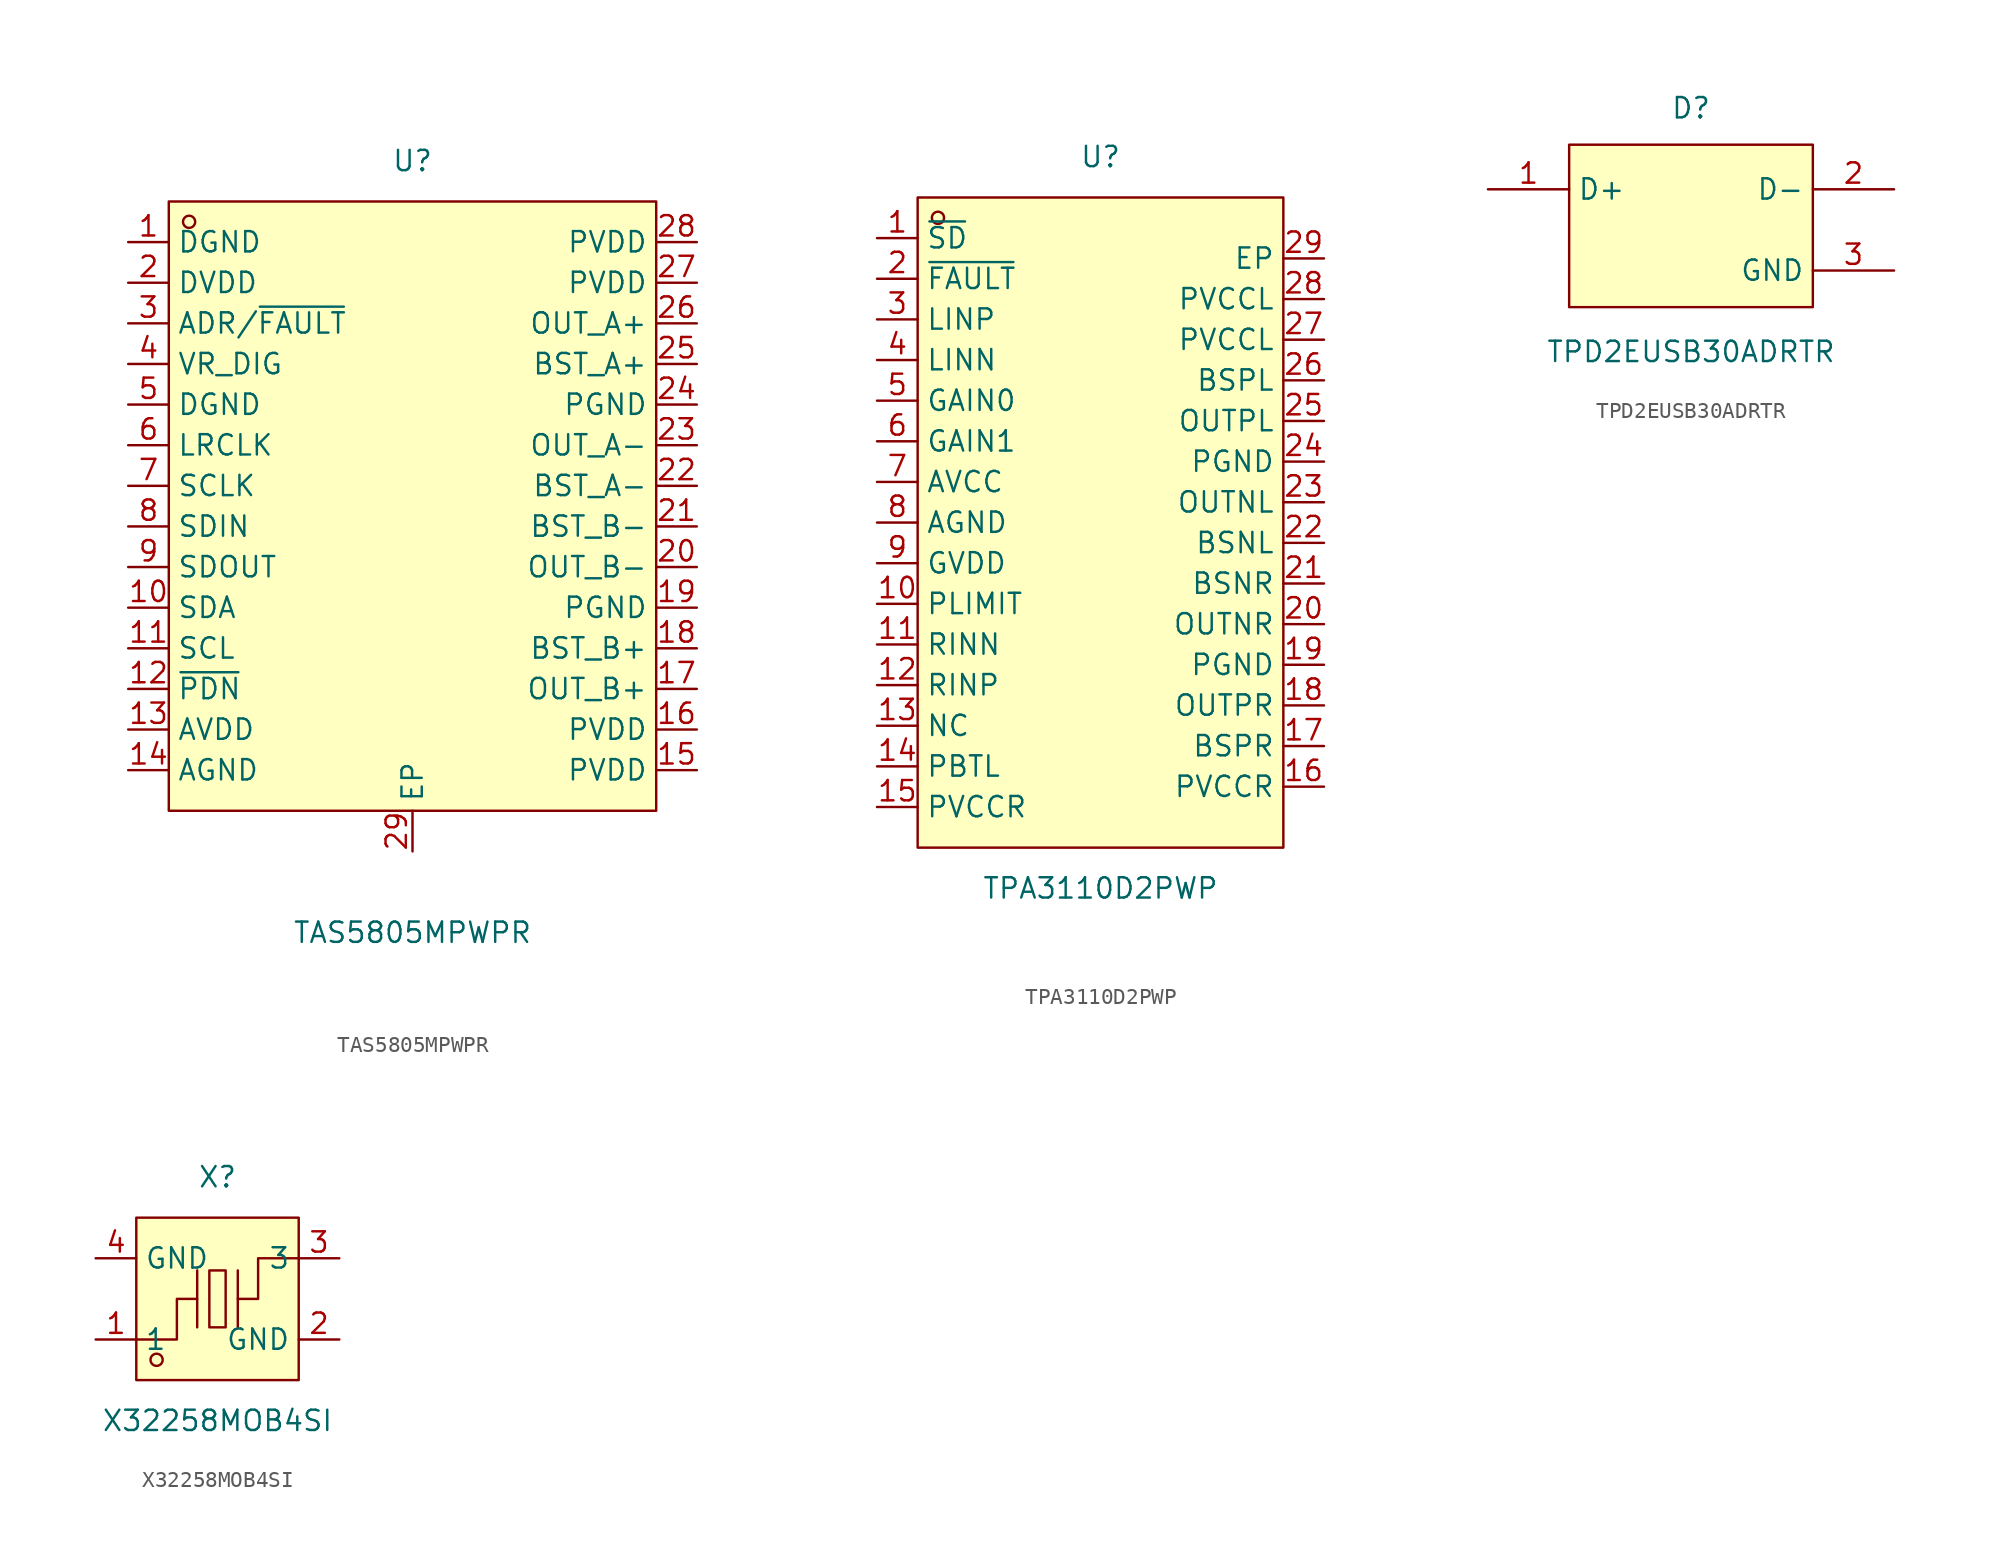
<source format=kicad_sym>
(kicad_symbol_lib
  (version 20211014)
  (generator https://github.com/uPesy/easyeda2kicad.py)
  (symbol "TAS5805MPWPR"
    (property "Reference" "U"
      (at 0 21.59 0)
      (effects (font (size 1.27 1.27))))
    (property "Value" "TAS5805MPWPR"
      (at 0 -26.67 0)
      (effects (font (size 1.27 1.27))))
    (symbol "TAS5805MPWPR_0_1"
      (rectangle (start -15.24 19.05) (end 15.24 -19.05) (stroke (width 0) (type default) (color 0 0 0 0)) (fill (type background)))
      (circle (center -13.97 17.78) (radius 0.38) (stroke (width 0) (type default) (color 0 0 0 0)) (fill (type none)))
      (pin unspecified line (at -17.78 16.51 0) (length 2.54) (name "DGND" (effects (font (size 1.27 1.27)))) (number "1" (effects (font (size 1.27 1.27)))))
      (pin unspecified line (at -17.78 13.97 0) (length 2.54) (name "DVDD" (effects (font (size 1.27 1.27)))) (number "2" (effects (font (size 1.27 1.27)))))
      (pin unspecified line (at -17.78 11.43 0) (length 2.54) (name "ADR/~{FAULT}" (effects (font (size 1.27 1.27)))) (number "3" (effects (font (size 1.27 1.27)))))
      (pin unspecified line (at -17.78 8.89 0) (length 2.54) (name "VR_DIG" (effects (font (size 1.27 1.27)))) (number "4" (effects (font (size 1.27 1.27)))))
      (pin unspecified line (at -17.78 6.35 0) (length 2.54) (name "DGND" (effects (font (size 1.27 1.27)))) (number "5" (effects (font (size 1.27 1.27)))))
      (pin unspecified line (at -17.78 3.81 0) (length 2.54) (name "LRCLK" (effects (font (size 1.27 1.27)))) (number "6" (effects (font (size 1.27 1.27)))))
      (pin unspecified line (at -17.78 1.27 0) (length 2.54) (name "SCLK" (effects (font (size 1.27 1.27)))) (number "7" (effects (font (size 1.27 1.27)))))
      (pin unspecified line (at -17.78 -1.27 0) (length 2.54) (name "SDIN" (effects (font (size 1.27 1.27)))) (number "8" (effects (font (size 1.27 1.27)))))
      (pin unspecified line (at -17.78 -3.81 0) (length 2.54) (name "SDOUT" (effects (font (size 1.27 1.27)))) (number "9" (effects (font (size 1.27 1.27)))))
      (pin unspecified line (at -17.78 -6.35 0) (length 2.54) (name "SDA" (effects (font (size 1.27 1.27)))) (number "10" (effects (font (size 1.27 1.27)))))
      (pin unspecified line (at -17.78 -8.89 0) (length 2.54) (name "SCL" (effects (font (size 1.27 1.27)))) (number "11" (effects (font (size 1.27 1.27)))))
      (pin unspecified line (at -17.78 -11.43 0) (length 2.54) (name "~{PDN}" (effects (font (size 1.27 1.27)))) (number "12" (effects (font (size 1.27 1.27)))))
      (pin unspecified line (at -17.78 -13.97 0) (length 2.54) (name "AVDD" (effects (font (size 1.27 1.27)))) (number "13" (effects (font (size 1.27 1.27)))))
      (pin unspecified line (at -17.78 -16.51 0) (length 2.54) (name "AGND" (effects (font (size 1.27 1.27)))) (number "14" (effects (font (size 1.27 1.27)))))
      (pin unspecified line (at 17.78 -16.51 180) (length 2.54) (name "PVDD" (effects (font (size 1.27 1.27)))) (number "15" (effects (font (size 1.27 1.27)))))
      (pin unspecified line (at 17.78 -13.97 180) (length 2.54) (name "PVDD" (effects (font (size 1.27 1.27)))) (number "16" (effects (font (size 1.27 1.27)))))
      (pin unspecified line (at 17.78 -11.43 180) (length 2.54) (name "OUT_B+" (effects (font (size 1.27 1.27)))) (number "17" (effects (font (size 1.27 1.27)))))
      (pin unspecified line (at 17.78 -8.89 180) (length 2.54) (name "BST_B+" (effects (font (size 1.27 1.27)))) (number "18" (effects (font (size 1.27 1.27)))))
      (pin unspecified line (at 17.78 -6.35 180) (length 2.54) (name "PGND" (effects (font (size 1.27 1.27)))) (number "19" (effects (font (size 1.27 1.27)))))
      (pin unspecified line (at 17.78 -3.81 180) (length 2.54) (name "OUT_B-" (effects (font (size 1.27 1.27)))) (number "20" (effects (font (size 1.27 1.27)))))
      (pin unspecified line (at 17.78 -1.27 180) (length 2.54) (name "BST_B-" (effects (font (size 1.27 1.27)))) (number "21" (effects (font (size 1.27 1.27)))))
      (pin unspecified line (at 17.78 1.27 180) (length 2.54) (name "BST_A-" (effects (font (size 1.27 1.27)))) (number "22" (effects (font (size 1.27 1.27)))))
      (pin unspecified line (at 17.78 3.81 180) (length 2.54) (name "OUT_A-" (effects (font (size 1.27 1.27)))) (number "23" (effects (font (size 1.27 1.27)))))
      (pin unspecified line (at 17.78 6.35 180) (length 2.54) (name "PGND" (effects (font (size 1.27 1.27)))) (number "24" (effects (font (size 1.27 1.27)))))
      (pin unspecified line (at 17.78 8.89 180) (length 2.54) (name "BST_A+" (effects (font (size 1.27 1.27)))) (number "25" (effects (font (size 1.27 1.27)))))
      (pin unspecified line (at 17.78 11.43 180) (length 2.54) (name "OUT_A+" (effects (font (size 1.27 1.27)))) (number "26" (effects (font (size 1.27 1.27)))))
      (pin unspecified line (at 17.78 13.97 180) (length 2.54) (name "PVDD" (effects (font (size 1.27 1.27)))) (number "27" (effects (font (size 1.27 1.27)))))
      (pin unspecified line (at 17.78 16.51 180) (length 2.54) (name "PVDD" (effects (font (size 1.27 1.27)))) (number "28" (effects (font (size 1.27 1.27)))))
      (pin unspecified line (at 0.00 -21.59 90) (length 2.54) (name "EP" (effects (font (size 1.27 1.27)))) (number "29" (effects (font (size 1.27 1.27)))))))
  (symbol "TPA3110D2PWP"
    (property "Reference" "U"
      (at 0 22.86 0)
      (effects (font (size 1.27 1.27))))
    (property "Value" "TPA3110D2PWP"
      (at 0 -22.86 0)
      (effects (font (size 1.27 1.27))))
    (symbol "TPA3110D2PWP_0_1"
      (rectangle (start -11.43 20.32) (end 11.43 -20.32) (stroke (width 0) (type default) (color 0 0 0 0)) (fill (type background)))
      (circle (center -10.16 19.05) (radius 0.38) (stroke (width 0) (type default) (color 0 0 0 0)) (fill (type none)))
      (pin unspecified line (at -13.97 17.78 0) (length 2.54) (name "~{SD}" (effects (font (size 1.27 1.27)))) (number "1" (effects (font (size 1.27 1.27)))))
      (pin unspecified line (at -13.97 15.24 0) (length 2.54) (name "~{FAULT}" (effects (font (size 1.27 1.27)))) (number "2" (effects (font (size 1.27 1.27)))))
      (pin unspecified line (at -13.97 12.70 0) (length 2.54) (name "LINP" (effects (font (size 1.27 1.27)))) (number "3" (effects (font (size 1.27 1.27)))))
      (pin unspecified line (at -13.97 10.16 0) (length 2.54) (name "LINN" (effects (font (size 1.27 1.27)))) (number "4" (effects (font (size 1.27 1.27)))))
      (pin unspecified line (at -13.97 7.62 0) (length 2.54) (name "GAIN0" (effects (font (size 1.27 1.27)))) (number "5" (effects (font (size 1.27 1.27)))))
      (pin unspecified line (at -13.97 5.08 0) (length 2.54) (name "GAIN1" (effects (font (size 1.27 1.27)))) (number "6" (effects (font (size 1.27 1.27)))))
      (pin unspecified line (at -13.97 2.54 0) (length 2.54) (name "AVCC" (effects (font (size 1.27 1.27)))) (number "7" (effects (font (size 1.27 1.27)))))
      (pin unspecified line (at -13.97 -0.00 0) (length 2.54) (name "AGND" (effects (font (size 1.27 1.27)))) (number "8" (effects (font (size 1.27 1.27)))))
      (pin unspecified line (at -13.97 -2.54 0) (length 2.54) (name "GVDD" (effects (font (size 1.27 1.27)))) (number "9" (effects (font (size 1.27 1.27)))))
      (pin unspecified line (at -13.97 -5.08 0) (length 2.54) (name "PLIMIT" (effects (font (size 1.27 1.27)))) (number "10" (effects (font (size 1.27 1.27)))))
      (pin unspecified line (at -13.97 -7.62 0) (length 2.54) (name "RINN" (effects (font (size 1.27 1.27)))) (number "11" (effects (font (size 1.27 1.27)))))
      (pin unspecified line (at -13.97 -10.16 0) (length 2.54) (name "RINP" (effects (font (size 1.27 1.27)))) (number "12" (effects (font (size 1.27 1.27)))))
      (pin unspecified line (at -13.97 -12.70 0) (length 2.54) (name "NC" (effects (font (size 1.27 1.27)))) (number "13" (effects (font (size 1.27 1.27)))))
      (pin unspecified line (at -13.97 -15.24 0) (length 2.54) (name "PBTL" (effects (font (size 1.27 1.27)))) (number "14" (effects (font (size 1.27 1.27)))))
      (pin unspecified line (at -13.97 -17.78 0) (length 2.54) (name "PVCCR" (effects (font (size 1.27 1.27)))) (number "15" (effects (font (size 1.27 1.27)))))
      (pin unspecified line (at 13.97 -16.51 180) (length 2.54) (name "PVCCR" (effects (font (size 1.27 1.27)))) (number "16" (effects (font (size 1.27 1.27)))))
      (pin unspecified line (at 13.97 -13.97 180) (length 2.54) (name "BSPR" (effects (font (size 1.27 1.27)))) (number "17" (effects (font (size 1.27 1.27)))))
      (pin unspecified line (at 13.97 -11.43 180) (length 2.54) (name "OUTPR" (effects (font (size 1.27 1.27)))) (number "18" (effects (font (size 1.27 1.27)))))
      (pin unspecified line (at 13.97 -8.89 180) (length 2.54) (name "PGND" (effects (font (size 1.27 1.27)))) (number "19" (effects (font (size 1.27 1.27)))))
      (pin unspecified line (at 13.97 -6.35 180) (length 2.54) (name "OUTNR" (effects (font (size 1.27 1.27)))) (number "20" (effects (font (size 1.27 1.27)))))
      (pin unspecified line (at 13.97 -3.81 180) (length 2.54) (name "BSNR" (effects (font (size 1.27 1.27)))) (number "21" (effects (font (size 1.27 1.27)))))
      (pin unspecified line (at 13.97 -1.27 180) (length 2.54) (name "BSNL" (effects (font (size 1.27 1.27)))) (number "22" (effects (font (size 1.27 1.27)))))
      (pin unspecified line (at 13.97 1.27 180) (length 2.54) (name "OUTNL" (effects (font (size 1.27 1.27)))) (number "23" (effects (font (size 1.27 1.27)))))
      (pin unspecified line (at 13.97 3.81 180) (length 2.54) (name "PGND" (effects (font (size 1.27 1.27)))) (number "24" (effects (font (size 1.27 1.27)))))
      (pin unspecified line (at 13.97 6.35 180) (length 2.54) (name "OUTPL" (effects (font (size 1.27 1.27)))) (number "25" (effects (font (size 1.27 1.27)))))
      (pin unspecified line (at 13.97 8.89 180) (length 2.54) (name "BSPL" (effects (font (size 1.27 1.27)))) (number "26" (effects (font (size 1.27 1.27)))))
      (pin unspecified line (at 13.97 11.43 180) (length 2.54) (name "PVCCL" (effects (font (size 1.27 1.27)))) (number "27" (effects (font (size 1.27 1.27)))))
      (pin unspecified line (at 13.97 13.97 180) (length 2.54) (name "PVCCL" (effects (font (size 1.27 1.27)))) (number "28" (effects (font (size 1.27 1.27)))))
      (pin unspecified line (at 13.97 16.51 180) (length 2.54) (name "EP" (effects (font (size 1.27 1.27)))) (number "29" (effects (font (size 1.27 1.27)))))))
  (symbol "TPD2EUSB30ADRTR"
    (property "Reference" "D"
      (at 0 7.62 0)
      (effects (font (size 1.27 1.27))))
    (property "Value" "TPD2EUSB30ADRTR"
      (at 0 -7.62 0)
      (effects (font (size 1.27 1.27))))
    (symbol "TPD2EUSB30ADRTR_0_1"
      (rectangle (start -7.62 5.33) (end 7.62 -4.83) (stroke (width 0) (type default) (color 0 0 0 0)) (fill (type background)))
      (pin unspecified line (at -12.70 2.54 0) (length 5.08) (name "D+" (effects (font (size 1.27 1.27)))) (number "1" (effects (font (size 1.27 1.27)))))
      (pin unspecified line (at 12.70 2.54 180) (length 5.08) (name "D-" (effects (font (size 1.27 1.27)))) (number "2" (effects (font (size 1.27 1.27)))))
      (pin power_in line (at 12.70 -2.54 180) (length 5.08) (name "GND" (effects (font (size 1.27 1.27)))) (number "3" (effects (font (size 1.27 1.27)))))))
  (symbol "X32258MOB4SI"
    (property "Reference" "X"
      (at 0 7.62 0)
      (effects (font (size 1.27 1.27))))
    (property "Value" "X32258MOB4SI"
      (at 0 -7.62 0)
      (effects (font (size 1.27 1.27))))
    (symbol "X32258MOB4SI_0_1"
      (rectangle (start -5.08 5.08) (end 5.08 -5.08) (stroke (width 0) (type default) (color 0 0 0 0)) (fill (type background)))
      (rectangle (start -0.51 1.78) (end 0.51 -1.78) (stroke (width 0) (type default) (color 0 0 0 0)) (fill (type background)))
      (circle (center -3.81 -3.81) (radius 0.38) (stroke (width 0) (type default) (color 0 0 0 0)) (fill (type none)))
      (polyline (pts (xy -1.27 -1.78) (xy -1.27 1.78)) (stroke (width 0) (type default) (color 0 0 0 0)) (fill (type none)))
      (polyline (pts (xy 1.27 -1.78) (xy 1.27 1.78)) (stroke (width 0) (type default) (color 0 0 0 0)) (fill (type none)))
      (polyline (pts (xy -5.08 -2.54) (xy -2.54 -2.54) (xy -2.54 -0.00) (xy -1.27 -0.00)) (stroke (width 0) (type default) (color 0 0 0 0)) (fill (type none)))
      (polyline (pts (xy 5.08 2.54) (xy 2.54 2.54) (xy 2.54 -0.00) (xy 1.27 -0.00)) (stroke (width 0) (type default) (color 0 0 0 0)) (fill (type none)))
      (pin input line (at -7.62 -2.54 0) (length 2.54) (name "1" (effects (font (size 1.27 1.27)))) (number "1" (effects (font (size 1.27 1.27)))))
      (pin input line (at 7.62 2.54 180) (length 2.54) (name "3" (effects (font (size 1.27 1.27)))) (number "3" (effects (font (size 1.27 1.27)))))
      (pin input line (at -7.62 2.54 0) (length 2.54) (name "GND" (effects (font (size 1.27 1.27)))) (number "4" (effects (font (size 1.27 1.27)))))
      (pin input line (at 7.62 -2.54 180) (length 2.54) (name "GND" (effects (font (size 1.27 1.27)))) (number "2" (effects (font (size 1.27 1.27))))))))
</source>
